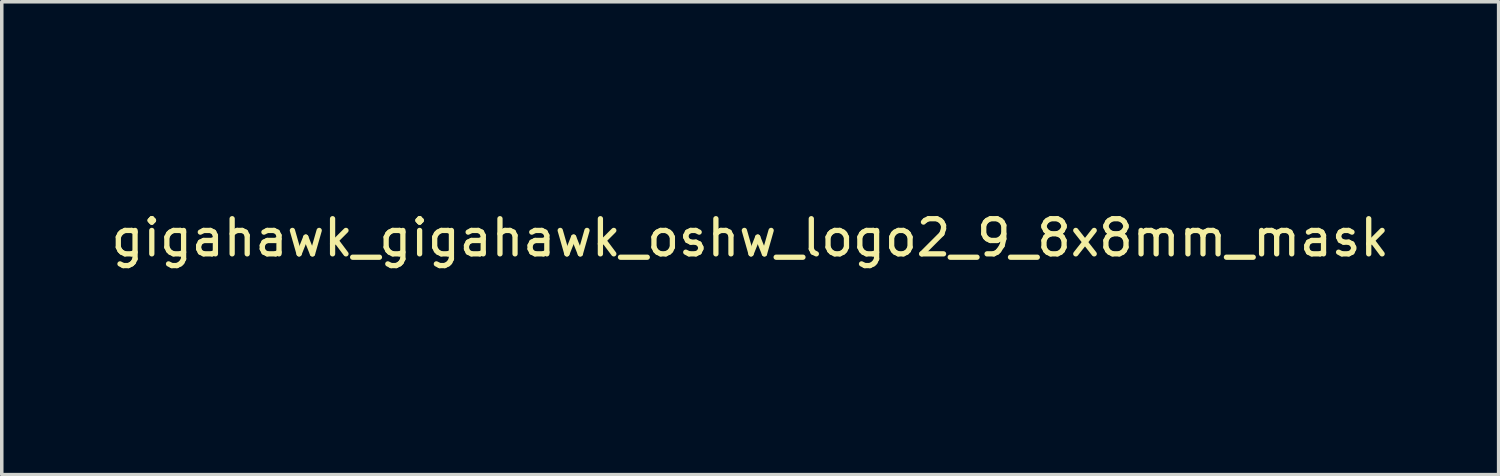
<source format=kicad_pcb>
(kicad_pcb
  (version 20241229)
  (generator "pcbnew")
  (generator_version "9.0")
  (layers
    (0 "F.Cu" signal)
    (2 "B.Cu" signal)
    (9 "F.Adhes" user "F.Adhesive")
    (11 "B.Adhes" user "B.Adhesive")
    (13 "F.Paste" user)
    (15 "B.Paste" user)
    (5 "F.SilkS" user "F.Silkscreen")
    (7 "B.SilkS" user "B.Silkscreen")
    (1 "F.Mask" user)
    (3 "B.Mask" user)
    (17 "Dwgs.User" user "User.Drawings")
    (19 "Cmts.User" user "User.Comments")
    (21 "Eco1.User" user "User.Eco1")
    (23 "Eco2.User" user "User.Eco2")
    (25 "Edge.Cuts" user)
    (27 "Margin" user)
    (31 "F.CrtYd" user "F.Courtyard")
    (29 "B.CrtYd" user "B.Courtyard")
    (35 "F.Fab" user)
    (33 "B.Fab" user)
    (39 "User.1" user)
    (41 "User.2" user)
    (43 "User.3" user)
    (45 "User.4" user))
  (footprint "gigahawk_gigahawk_oshw_logo2_9_8x8mm_mask"
    (layer "F.Cu")
    (at 18.292 3.717)
    (property "Reference" "gigahawk_gigahawk_oshw_logo2_9_8x8mm_mask" (at 0 0 0) (layer "F.SilkS") (effects (font (size 1 1) (thickness 0.15))))
    (attr exclude_from_pos_files exclude_from_bom)
    (fp_poly (pts (xy 3.571 2.637) (xy 3.594 2.647) (xy 3.65 2.691) (xy 3.698 2.755) (xy 3.727 2.823) (xy 3.732 2.857) (xy 3.716 2.904) (xy 3.68 2.928) (xy 3.643 2.943) (xy 3.625 2.946) (xy 3.617 2.926) (xy 3.6 2.882) (xy 3.593 2.863) (xy 3.552 2.794) (xy 3.493 2.76) (xy 3.417 2.761) (xy 3.411 2.763) (xy 3.37 2.782) (xy 3.34 2.819) (xy 3.32 2.88) (xy 3.308 2.968) (xy 3.303 3.088) (xy 3.302 3.152) (xy 3.302 3.252) (xy 3.3 3.321) (xy 3.296 3.365) (xy 3.287 3.39) (xy 3.274 3.405) (xy 3.253 3.416) (xy 3.252 3.416) (xy 3.213 3.433) (xy 3.194 3.439) (xy 3.191 3.42) (xy 3.188 3.369) (xy 3.186 3.292) (xy 3.185 3.196) (xy 3.185 3.125) (xy 3.186 2.989) (xy 3.19 2.885) (xy 3.2 2.808) (xy 3.216 2.752) (xy 3.24 2.711) (xy 3.274 2.679) (xy 3.308 2.656) (xy 3.388 2.626) (xy 3.482 2.62) (xy 3.571 2.637)) (stroke (width 0.01) (type solid)) (fill yes) (layer "F.Mask"))
    (fp_poly (pts (xy -1.728 2.595) (xy -1.666 2.631) (xy -1.622 2.667) (xy -1.59 2.705) (xy -1.568 2.751) (xy -1.554 2.812) (xy -1.547 2.895) (xy -1.544 3.007) (xy -1.544 3.087) (xy -1.544 3.382) (xy -1.71 3.457) (xy -1.719 3.133) (xy -1.723 3.013) (xy -1.728 2.925) (xy -1.733 2.865) (xy -1.74 2.825) (xy -1.75 2.801) (xy -1.763 2.786) (xy -1.767 2.783) (xy -1.831 2.757) (xy -1.896 2.767) (xy -1.934 2.794) (xy -1.95 2.813) (xy -1.961 2.838) (xy -1.968 2.876) (xy -1.972 2.934) (xy -1.973 3.018) (xy -1.973 3.106) (xy -1.973 3.216) (xy -1.975 3.294) (xy -1.982 3.347) (xy -1.995 3.381) (xy -2.018 3.404) (xy -2.053 3.421) (xy -2.1 3.439) (xy -2.152 3.458) (xy -2.146 3.111) (xy -2.143 2.986) (xy -2.14 2.894) (xy -2.136 2.828) (xy -2.13 2.781) (xy -2.121 2.748) (xy -2.108 2.722) (xy -2.092 2.699) (xy -2.018 2.625) (xy -1.926 2.582) (xy -1.827 2.571) (xy -1.728 2.595)) (stroke (width 0.01) (type solid)) (fill yes) (layer "F.Mask"))
    (fp_poly (pts (xy 0.713 2.625) (xy 0.802 2.657) (xy 0.874 2.715) (xy 0.902 2.756) (xy 0.933 2.831) (xy 0.932 2.885) (xy 0.9 2.921) (xy 0.888 2.928) (xy 0.837 2.947) (xy 0.81 2.942) (xy 0.802 2.91) (xy 0.801 2.892) (xy 0.785 2.826) (xy 0.742 2.78) (xy 0.683 2.758) (xy 0.617 2.763) (xy 0.564 2.792) (xy 0.546 2.809) (xy 0.533 2.829) (xy 0.524 2.859) (xy 0.519 2.907) (xy 0.515 2.978) (xy 0.512 3.08) (xy 0.511 3.112) (xy 0.509 3.222) (xy 0.506 3.3) (xy 0.501 3.351) (xy 0.494 3.383) (xy 0.483 3.401) (xy 0.467 3.412) (xy 0.457 3.417) (xy 0.413 3.433) (xy 0.388 3.439) (xy 0.379 3.421) (xy 0.374 3.365) (xy 0.372 3.272) (xy 0.374 3.141) (xy 0.374 3.121) (xy 0.377 3.002) (xy 0.381 2.914) (xy 0.386 2.853) (xy 0.393 2.809) (xy 0.404 2.778) (xy 0.419 2.751) (xy 0.427 2.74) (xy 0.472 2.69) (xy 0.522 2.651) (xy 0.528 2.647) (xy 0.618 2.62) (xy 0.713 2.625)) (stroke (width 0.01) (type solid)) (fill yes) (layer "F.Mask"))
    (fp_poly (pts (xy -0.84 2.492) (xy -0.834 2.572) (xy -0.828 2.619) (xy -0.819 2.64) (xy -0.805 2.64) (xy -0.801 2.637) (xy -0.744 2.62) (xy -0.669 2.621) (xy -0.593 2.639) (xy -0.545 2.663) (xy -0.496 2.7) (xy -0.461 2.743) (xy -0.436 2.797) (xy -0.421 2.869) (xy -0.413 2.966) (xy -0.41 3.095) (xy -0.41 3.119) (xy -0.41 3.396) (xy -0.472 3.417) (xy -0.516 3.432) (xy -0.54 3.439) (xy -0.54 3.439) (xy -0.543 3.42) (xy -0.545 3.37) (xy -0.546 3.293) (xy -0.547 3.197) (xy -0.547 3.139) (xy -0.547 3.025) (xy -0.549 2.943) (xy -0.552 2.886) (xy -0.558 2.849) (xy -0.568 2.825) (xy -0.583 2.806) (xy -0.592 2.797) (xy -0.655 2.761) (xy -0.724 2.759) (xy -0.786 2.789) (xy -0.798 2.8) (xy -0.815 2.821) (xy -0.826 2.845) (xy -0.834 2.881) (xy -0.838 2.934) (xy -0.84 3.012) (xy -0.84 3.121) (xy -0.84 3.396) (xy -0.902 3.417) (xy -0.945 3.432) (xy -0.969 3.439) (xy -0.97 3.439) (xy -0.972 3.42) (xy -0.974 3.367) (xy -0.975 3.286) (xy -0.976 3.18) (xy -0.977 3.055) (xy -0.977 2.916) (xy -0.977 2.382) (xy -0.85 2.328) (xy -0.84 2.492)) (stroke (width 0.01) (type solid)) (fill yes) (layer "F.Mask"))
    (fp_poly (pts (xy 2.396 2.637) (xy 2.399 2.688) (xy 2.401 2.766) (xy 2.403 2.865) (xy 2.403 2.968) (xy 2.403 3.319) (xy 2.341 3.38) (xy 2.299 3.418) (xy 2.261 3.434) (xy 2.21 3.433) (xy 2.19 3.43) (xy 2.127 3.423) (xy 2.074 3.419) (xy 2.061 3.419) (xy 2.018 3.421) (xy 1.957 3.427) (xy 1.933 3.43) (xy 1.874 3.435) (xy 1.834 3.425) (xy 1.795 3.394) (xy 1.781 3.38) (xy 1.719 3.319) (xy 1.719 2.664) (xy 1.769 2.641) (xy 1.812 2.624) (xy 1.837 2.618) (xy 1.844 2.637) (xy 1.85 2.689) (xy 1.855 2.768) (xy 1.859 2.87) (xy 1.861 2.955) (xy 1.866 3.292) (xy 1.913 3.299) (xy 1.955 3.294) (xy 1.976 3.279) (xy 1.982 3.251) (xy 1.987 3.192) (xy 1.99 3.108) (xy 1.992 3.009) (xy 1.993 2.957) (xy 1.993 2.661) (xy 2.054 2.64) (xy 2.098 2.625) (xy 2.122 2.618) (xy 2.122 2.618) (xy 2.125 2.637) (xy 2.127 2.688) (xy 2.13 2.766) (xy 2.132 2.864) (xy 2.134 2.955) (xy 2.139 3.292) (xy 2.257 3.292) (xy 2.262 2.985) (xy 2.267 2.677) (xy 2.325 2.648) (xy 2.367 2.627) (xy 2.392 2.618) (xy 2.392 2.618) (xy 2.396 2.637)) (stroke (width 0.01) (type solid)) (fill yes) (layer "F.Mask"))
    (fp_poly (pts (xy -3.983 2.587) (xy -3.892 2.635) (xy -3.824 2.713) (xy -3.8 2.763) (xy -3.781 2.838) (xy -3.772 2.932) (xy -3.771 3.035) (xy -3.778 3.136) (xy -3.793 3.223) (xy -3.815 3.286) (xy -3.822 3.297) (xy -3.903 3.377) (xy -4 3.425) (xy -4.104 3.439) (xy -4.21 3.418) (xy -4.239 3.405) (xy -4.297 3.364) (xy -4.347 3.311) (xy -4.352 3.304) (xy -4.371 3.271) (xy -4.384 3.236) (xy -4.391 3.19) (xy -4.395 3.125) (xy -4.396 3.03) (xy -4.396 3.009) (xy -4.396 3.002) (xy -4.201 3.002) (xy -4.2 3.091) (xy -4.195 3.151) (xy -4.186 3.189) (xy -4.17 3.215) (xy -4.162 3.224) (xy -4.115 3.257) (xy -4.07 3.256) (xy -4.024 3.227) (xy -3.996 3.196) (xy -3.98 3.151) (xy -3.971 3.079) (xy -3.97 3.071) (xy -3.969 2.942) (xy -3.985 2.846) (xy -4.019 2.784) (xy -4.07 2.756) (xy -4.088 2.755) (xy -4.136 2.763) (xy -4.169 2.789) (xy -4.189 2.839) (xy -4.199 2.919) (xy -4.201 3.002) (xy -4.396 3.002) (xy -4.395 2.908) (xy -4.392 2.838) (xy -4.386 2.789) (xy -4.374 2.753) (xy -4.356 2.722) (xy -4.352 2.716) (xy -4.286 2.636) (xy -4.213 2.59) (xy -4.125 2.572) (xy -4.095 2.571) (xy -3.983 2.587)) (stroke (width 0.01) (type solid)) (fill yes) (layer "F.Mask"))
    (fp_poly (pts (xy 4.245 2.648) (xy 4.323 2.698) (xy 4.36 2.744) (xy 4.389 2.826) (xy 4.392 2.891) (xy 4.386 2.977) (xy 4.186 3.065) (xy 4.089 3.11) (xy 4.025 3.146) (xy 3.992 3.177) (xy 3.986 3.207) (xy 4.005 3.241) (xy 4.025 3.263) (xy 4.084 3.298) (xy 4.148 3.301) (xy 4.207 3.273) (xy 4.25 3.218) (xy 4.258 3.199) (xy 4.295 3.138) (xy 4.338 3.113) (xy 4.396 3.09) (xy 4.396 3.174) (xy 4.391 3.231) (xy 4.371 3.279) (xy 4.328 3.334) (xy 4.322 3.342) (xy 4.275 3.391) (xy 4.234 3.417) (xy 4.183 3.429) (xy 4.141 3.433) (xy 4.066 3.434) (xy 4.012 3.421) (xy 3.979 3.403) (xy 3.926 3.362) (xy 3.89 3.318) (xy 3.867 3.262) (xy 3.854 3.187) (xy 3.85 3.084) (xy 3.849 3.032) (xy 3.851 2.97) (xy 3.968 2.97) (xy 3.97 3.003) (xy 3.973 3.009) (xy 3.996 3.001) (xy 4.044 2.982) (xy 4.109 2.954) (xy 4.122 2.948) (xy 4.204 2.906) (xy 4.249 2.87) (xy 4.259 2.835) (xy 4.236 2.801) (xy 4.216 2.785) (xy 4.145 2.755) (xy 4.079 2.76) (xy 4.024 2.797) (xy 3.986 2.863) (xy 3.973 2.916) (xy 3.968 2.97) (xy 3.851 2.97) (xy 3.852 2.911) (xy 3.861 2.821) (xy 3.879 2.755) (xy 3.909 2.707) (xy 3.953 2.669) (xy 3.972 2.656) (xy 4.059 2.624) (xy 4.154 2.622) (xy 4.245 2.648)) (stroke (width 0.01) (type solid)) (fill yes) (layer "F.Mask"))
    (fp_poly (pts (xy 1.602 2.78) (xy 1.602 2.926) (xy 1.601 3.039) (xy 1.599 3.123) (xy 1.595 3.184) (xy 1.59 3.227) (xy 1.582 3.259) (xy 1.571 3.283) (xy 1.563 3.297) (xy 1.497 3.373) (xy 1.412 3.421) (xy 1.319 3.438) (xy 1.226 3.423) (xy 1.17 3.394) (xy 1.112 3.346) (xy 1.072 3.286) (xy 1.048 3.209) (xy 1.037 3.105) (xy 1.036 3.028) (xy 1.036 3.023) (xy 1.172 3.023) (xy 1.173 3.11) (xy 1.177 3.168) (xy 1.186 3.206) (xy 1.201 3.233) (xy 1.22 3.254) (xy 1.283 3.294) (xy 1.351 3.297) (xy 1.415 3.264) (xy 1.42 3.26) (xy 1.441 3.236) (xy 1.455 3.208) (xy 1.462 3.167) (xy 1.465 3.102) (xy 1.465 3.031) (xy 1.464 2.942) (xy 1.46 2.882) (xy 1.451 2.843) (xy 1.436 2.815) (xy 1.423 2.8) (xy 1.364 2.763) (xy 1.295 2.758) (xy 1.23 2.787) (xy 1.218 2.797) (xy 1.196 2.821) (xy 1.183 2.849) (xy 1.176 2.891) (xy 1.173 2.956) (xy 1.172 3.023) (xy 1.036 3.023) (xy 1.04 2.906) (xy 1.056 2.814) (xy 1.087 2.744) (xy 1.134 2.69) (xy 1.17 2.663) (xy 1.237 2.633) (xy 1.314 2.619) (xy 1.386 2.622) (xy 1.426 2.637) (xy 1.442 2.642) (xy 1.453 2.626) (xy 1.46 2.583) (xy 1.465 2.518) (xy 1.471 2.446) (xy 1.48 2.402) (xy 1.495 2.377) (xy 1.522 2.361) (xy 1.539 2.354) (xy 1.602 2.327) (xy 1.602 2.78)) (stroke (width 0.01) (type solid)) (fill yes) (layer "F.Mask"))
    (fp_poly (pts (xy -2.466 2.6) (xy -2.389 2.652) (xy -2.329 2.726) (xy -2.294 2.822) (xy -2.286 2.892) (xy -2.287 2.921) (xy -2.294 2.943) (xy -2.313 2.963) (xy -2.35 2.986) (xy -2.41 3.015) (xy -2.5 3.055) (xy -2.501 3.055) (xy -2.584 3.093) (xy -2.652 3.127) (xy -2.698 3.153) (xy -2.716 3.167) (xy -2.716 3.167) (xy -2.701 3.199) (xy -2.665 3.233) (xy -2.624 3.258) (xy -2.603 3.263) (xy -2.546 3.246) (xy -2.497 3.203) (xy -2.474 3.156) (xy -2.451 3.122) (xy -2.406 3.082) (xy -2.353 3.048) (xy -2.306 3.029) (xy -2.297 3.028) (xy -2.286 3.045) (xy -2.285 3.088) (xy -2.293 3.146) (xy -2.308 3.207) (xy -2.329 3.261) (xy -2.33 3.264) (xy -2.392 3.351) (xy -2.473 3.41) (xy -2.565 3.439) (xy -2.66 3.436) (xy -2.752 3.397) (xy -2.756 3.395) (xy -2.828 3.33) (xy -2.875 3.245) (xy -2.901 3.133) (xy -2.905 3.102) (xy -2.911 2.954) (xy -2.903 2.884) (xy -2.716 2.884) (xy -2.713 2.928) (xy -2.7 2.94) (xy -2.667 2.931) (xy -2.615 2.908) (xy -2.556 2.881) (xy -2.555 2.88) (xy -2.505 2.854) (xy -2.485 2.836) (xy -2.49 2.818) (xy -2.511 2.794) (xy -2.563 2.759) (xy -2.62 2.757) (xy -2.671 2.782) (xy -2.706 2.831) (xy -2.716 2.884) (xy -2.903 2.884) (xy -2.898 2.835) (xy -2.865 2.741) (xy -2.82 2.675) (xy -2.737 2.609) (xy -2.646 2.576) (xy -2.554 2.574) (xy -2.466 2.6)) (stroke (width 0.01) (type solid)) (fill yes) (layer "F.Mask"))
    (fp_poly (pts (xy 0.054 2.626) (xy 0.13 2.655) (xy 0.131 2.655) (xy 0.178 2.69) (xy 0.213 2.731) (xy 0.238 2.784) (xy 0.254 2.856) (xy 0.264 2.953) (xy 0.27 3.082) (xy 0.27 3.1) (xy 0.277 3.377) (xy 0.218 3.408) (xy 0.175 3.429) (xy 0.149 3.439) (xy 0.148 3.439) (xy 0.143 3.421) (xy 0.139 3.372) (xy 0.137 3.3) (xy 0.137 3.242) (xy 0.137 3.148) (xy 0.132 3.089) (xy 0.118 3.061) (xy 0.085 3.06) (xy 0.03 3.081) (xy -0.054 3.12) (xy -0.115 3.153) (xy -0.147 3.181) (xy -0.156 3.212) (xy -0.156 3.213) (xy -0.141 3.266) (xy -0.095 3.295) (xy -0.026 3.299) (xy 0.024 3.298) (xy 0.051 3.313) (xy 0.067 3.347) (xy 0.077 3.391) (xy 0.063 3.416) (xy 0.058 3.42) (xy 0.009 3.434) (xy -0.058 3.437) (xy -0.128 3.427) (xy -0.178 3.41) (xy -0.246 3.351) (xy -0.285 3.27) (xy -0.293 3.207) (xy -0.287 3.15) (xy -0.266 3.104) (xy -0.224 3.062) (xy -0.155 3.021) (xy -0.055 2.974) (xy -0.049 2.971) (xy 0.041 2.93) (xy 0.097 2.895) (xy 0.121 2.865) (xy 0.116 2.833) (xy 0.084 2.797) (xy 0.075 2.789) (xy 0.012 2.757) (xy -0.054 2.758) (xy -0.111 2.79) (xy -0.149 2.848) (xy -0.152 2.859) (xy -0.187 2.915) (xy -0.23 2.942) (xy -0.293 2.968) (xy -0.293 2.9) (xy -0.274 2.8) (xy -0.217 2.709) (xy -0.188 2.678) (xy -0.12 2.639) (xy -0.035 2.622) (xy 0.054 2.626)) (stroke (width 0.01) (type solid)) (fill yes) (layer "F.Mask"))
    (fp_poly (pts (xy -3.231 2.585) (xy -3.156 2.622) (xy -3.091 2.69) (xy -3.072 2.716) (xy -3.053 2.749) (xy -3.04 2.785) (xy -3.032 2.833) (xy -3.029 2.903) (xy -3.028 2.994) (xy -3.032 3.12) (xy -3.043 3.214) (xy -3.065 3.285) (xy -3.1 3.338) (xy -3.149 3.383) (xy -3.153 3.385) (xy -3.202 3.412) (xy -3.261 3.426) (xy -3.336 3.429) (xy -3.458 3.429) (xy -3.458 3.547) (xy -3.459 3.613) (xy -3.466 3.652) (xy -3.484 3.675) (xy -3.519 3.695) (xy -3.527 3.699) (xy -3.566 3.718) (xy -3.596 3.729) (xy -3.619 3.73) (xy -3.635 3.717) (xy -3.645 3.685) (xy -3.65 3.63) (xy -3.652 3.549) (xy -3.652 3.437) (xy -3.65 3.292) (xy -3.65 3.248) (xy -3.648 3.098) (xy -3.646 3) (xy -3.458 3) (xy -3.457 3.083) (xy -3.453 3.138) (xy -3.442 3.174) (xy -3.423 3.201) (xy -3.41 3.215) (xy -3.358 3.254) (xy -3.312 3.258) (xy -3.264 3.225) (xy -3.263 3.224) (xy -3.244 3.199) (xy -3.232 3.164) (xy -3.226 3.112) (xy -3.224 3.031) (xy -3.224 3.013) (xy -3.228 2.902) (xy -3.243 2.825) (xy -3.269 2.778) (xy -3.309 2.757) (xy -3.332 2.755) (xy -3.387 2.765) (xy -3.425 2.798) (xy -3.447 2.858) (xy -3.457 2.95) (xy -3.458 3) (xy -3.646 3) (xy -3.646 2.982) (xy -3.643 2.895) (xy -3.639 2.831) (xy -3.634 2.786) (xy -3.627 2.754) (xy -3.617 2.73) (xy -3.604 2.709) (xy -3.598 2.701) (xy -3.525 2.627) (xy -3.432 2.584) (xy -3.325 2.573) (xy -3.231 2.585)) (stroke (width 0.01) (type solid)) (fill yes) (layer "F.Mask"))
    (fp_poly (pts (xy 2.887 2.634) (xy 2.944 2.659) (xy 2.988 2.69) (xy 3.02 2.725) (xy 3.042 2.77) (xy 3.057 2.831) (xy 3.064 2.915) (xy 3.067 3.028) (xy 3.068 3.103) (xy 3.068 3.393) (xy 3.018 3.416) (xy 2.979 3.433) (xy 2.959 3.439) (xy 2.955 3.421) (xy 2.952 3.372) (xy 2.951 3.3) (xy 2.95 3.243) (xy 2.949 3.161) (xy 2.944 3.096) (xy 2.938 3.056) (xy 2.933 3.048) (xy 2.898 3.057) (xy 2.844 3.079) (xy 2.781 3.109) (xy 2.72 3.141) (xy 2.674 3.17) (xy 2.652 3.19) (xy 2.652 3.19) (xy 2.654 3.227) (xy 2.671 3.262) (xy 2.7 3.291) (xy 2.743 3.3) (xy 2.78 3.299) (xy 2.832 3.298) (xy 2.859 3.31) (xy 2.876 3.343) (xy 2.878 3.349) (xy 2.885 3.395) (xy 2.866 3.423) (xy 2.816 3.436) (xy 2.763 3.438) (xy 2.666 3.42) (xy 2.616 3.394) (xy 2.554 3.333) (xy 2.522 3.258) (xy 2.519 3.178) (xy 2.546 3.104) (xy 2.588 3.058) (xy 2.63 3.032) (xy 2.695 2.999) (xy 2.771 2.966) (xy 2.784 2.96) (xy 2.867 2.924) (xy 2.916 2.891) (xy 2.931 2.859) (xy 2.917 2.822) (xy 2.892 2.794) (xy 2.833 2.759) (xy 2.768 2.756) (xy 2.709 2.783) (xy 2.666 2.837) (xy 2.661 2.851) (xy 2.628 2.902) (xy 2.581 2.94) (xy 2.52 2.971) (xy 2.52 2.883) (xy 2.524 2.829) (xy 2.539 2.787) (xy 2.573 2.741) (xy 2.605 2.706) (xy 2.655 2.657) (xy 2.694 2.631) (xy 2.736 2.62) (xy 2.783 2.618) (xy 2.887 2.634)) (stroke (width 0.01) (type solid)) (fill yes) (layer "F.Mask"))
    (fp_poly (pts (xy 0.14 -3.712) (xy 0.246 -3.712) (xy 0.322 -3.71) (xy 0.374 -3.707) (xy 0.407 -3.702) (xy 0.426 -3.695) (xy 0.435 -3.684) (xy 0.439 -3.67) (xy 0.44 -3.668) (xy 0.446 -3.636) (xy 0.459 -3.572) (xy 0.476 -3.483) (xy 0.496 -3.376) (xy 0.518 -3.258) (xy 0.518 -3.254) (xy 0.54 -3.138) (xy 0.561 -3.036) (xy 0.579 -2.953) (xy 0.592 -2.897) (xy 0.601 -2.872) (xy 0.601 -2.871) (xy 0.626 -2.859) (xy 0.676 -2.839) (xy 0.742 -2.814) (xy 0.742 -2.814) (xy 0.825 -2.783) (xy 0.923 -2.744) (xy 1.015 -2.704) (xy 1.019 -2.702) (xy 1.169 -2.634) (xy 1.501 -2.86) (xy 1.603 -2.929) (xy 1.696 -2.991) (xy 1.773 -3.042) (xy 1.83 -3.079) (xy 1.861 -3.098) (xy 1.864 -3.099) (xy 1.887 -3.093) (xy 1.93 -3.063) (xy 1.994 -3.008) (xy 2.081 -2.927) (xy 2.171 -2.84) (xy 2.256 -2.755) (xy 2.333 -2.677) (xy 2.397 -2.611) (xy 2.442 -2.563) (xy 2.464 -2.536) (xy 2.464 -2.535) (xy 2.467 -2.517) (xy 2.458 -2.487) (xy 2.435 -2.441) (xy 2.395 -2.376) (xy 2.338 -2.288) (xy 2.261 -2.173) (xy 2.193 -2.073) (xy 2.132 -1.983) (xy 2.081 -1.908) (xy 2.045 -1.854) (xy 2.027 -1.827) (xy 2.026 -1.825) (xy 2.028 -1.798) (xy 2.045 -1.747) (xy 2.073 -1.68) (xy 2.083 -1.659) (xy 2.127 -1.564) (xy 2.173 -1.456) (xy 2.211 -1.363) (xy 2.238 -1.294) (xy 2.26 -1.241) (xy 2.272 -1.214) (xy 2.274 -1.211) (xy 2.297 -1.208) (xy 2.351 -1.198) (xy 2.429 -1.184) (xy 2.524 -1.166) (xy 2.628 -1.146) (xy 2.735 -1.126) (xy 2.837 -1.107) (xy 2.927 -1.089) (xy 2.998 -1.075) (xy 3.042 -1.066) (xy 3.053 -1.063) (xy 3.064 -1.057) (xy 3.073 -1.042) (xy 3.079 -1.015) (xy 3.083 -0.97) (xy 3.085 -0.902) (xy 3.087 -0.806) (xy 3.087 -0.678) (xy 3.087 -0.625) (xy 3.087 -0.198) (xy 2.985 -0.178) (xy 2.927 -0.167) (xy 2.842 -0.151) (xy 2.739 -0.132) (xy 2.629 -0.111) (xy 2.599 -0.106) (xy 2.497 -0.086) (xy 2.408 -0.067) (xy 2.34 -0.049) (xy 2.3 -0.036) (xy 2.293 -0.032) (xy 2.277 -0.004) (xy 2.253 0.051) (xy 2.227 0.122) (xy 2.222 0.137) (xy 2.188 0.231) (xy 2.146 0.337) (xy 2.104 0.432) (xy 2.104 0.433) (xy 2.035 0.583) (xy 2.49 1.252) (xy 2.197 1.544) (xy 2.109 1.631) (xy 2.029 1.708) (xy 1.96 1.77) (xy 1.909 1.814) (xy 1.879 1.835) (xy 1.874 1.837) (xy 1.849 1.826) (xy 1.797 1.797) (xy 1.725 1.752) (xy 1.637 1.695) (xy 1.543 1.631) (xy 1.447 1.567) (xy 1.361 1.51) (xy 1.291 1.466) (xy 1.242 1.437) (xy 1.221 1.426) (xy 1.194 1.435) (xy 1.144 1.458) (xy 1.08 1.491) (xy 1.074 1.494) (xy 0.988 1.537) (xy 0.929 1.558) (xy 0.893 1.559) (xy 0.874 1.539) (xy 0.874 1.539) (xy 0.864 1.515) (xy 0.841 1.46) (xy 0.807 1.378) (xy 0.763 1.272) (xy 0.712 1.147) (xy 0.654 1.007) (xy 0.598 0.872) (xy 0.536 0.722) (xy 0.48 0.584) (xy 0.43 0.461) (xy 0.389 0.357) (xy 0.358 0.277) (xy 0.338 0.225) (xy 0.332 0.206) (xy 0.347 0.183) (xy 0.386 0.148) (xy 0.439 0.109) (xy 0.588 -0.015) (xy 0.705 -0.156) (xy 0.787 -0.313) (xy 0.834 -0.482) (xy 0.845 -0.66) (xy 0.837 -0.742) (xy 0.796 -0.913) (xy 0.724 -1.064) (xy 0.627 -1.193) (xy 0.509 -1.299) (xy 0.374 -1.381) (xy 0.227 -1.437) (xy 0.072 -1.465) (xy -0.087 -1.465) (xy -0.244 -1.435) (xy -0.396 -1.372) (xy -0.538 -1.277) (xy -0.597 -1.222) (xy -0.711 -1.083) (xy -0.79 -0.932) (xy -0.835 -0.771) (xy -0.847 -0.607) (xy -0.825 -0.443) (xy -0.772 -0.284) (xy -0.686 -0.134) (xy -0.569 0.002) (xy -0.439 0.109) (xy -0.384 0.15) (xy -0.346 0.185) (xy -0.332 0.206) (xy -0.339 0.229) (xy -0.36 0.283) (xy -0.392 0.366) (xy -0.434 0.471) (xy -0.485 0.596) (xy -0.542 0.736) (xy -0.598 0.872) (xy -0.66 1.021) (xy -0.717 1.16) (xy -0.768 1.283) (xy -0.811 1.387) (xy -0.844 1.467) (xy -0.866 1.519) (xy -0.874 1.539) (xy -0.893 1.558) (xy -0.929 1.558) (xy -0.988 1.537) (xy -1.073 1.495) (xy -1.074 1.494) (xy -1.138 1.461) (xy -1.19 1.437) (xy -1.219 1.426) (xy -1.221 1.426) (xy -1.243 1.437) (xy -1.292 1.466) (xy -1.362 1.511) (xy -1.447 1.567) (xy -1.543 1.631) (xy -1.639 1.696) (xy -1.727 1.753) (xy -1.799 1.797) (xy -1.85 1.826) (xy -1.874 1.837) (xy -1.897 1.823) (xy -1.942 1.786) (xy -2.006 1.729) (xy -2.083 1.656) (xy -2.169 1.572) (xy -2.198 1.544) (xy -2.49 1.251) (xy -2.267 0.925) (xy -2.2 0.825) (xy -2.14 0.735) (xy -2.093 0.661) (xy -2.06 0.607) (xy -2.045 0.579) (xy -2.045 0.577) (xy -2.053 0.551) (xy -2.073 0.498) (xy -2.103 0.427) (xy -2.124 0.38) (xy -2.164 0.29) (xy -2.201 0.198) (xy -2.23 0.121) (xy -2.237 0.098) (xy -2.26 0.035) (xy -2.281 -0.014) (xy -2.293 -0.032) (xy -2.319 -0.043) (xy -2.377 -0.059) (xy -2.458 -0.078) (xy -2.555 -0.098) (xy -2.599 -0.106) (xy -2.709 -0.126) (xy -2.815 -0.146) (xy -2.906 -0.163) (xy -2.972 -0.175) (xy -2.985 -0.178) (xy -3.087 -0.198) (xy -3.087 -0.625) (xy -3.087 -0.766) (xy -3.086 -0.872) (xy -3.084 -0.949) (xy -3.08 -1.002) (xy -3.075 -1.035) (xy -3.067 -1.053) (xy -3.057 -1.062) (xy -3.053 -1.063) (xy -3.028 -1.069) (xy -2.972 -1.08) (xy -2.892 -1.096) (xy -2.796 -1.114) (xy -2.691 -1.134) (xy -2.585 -1.155) (xy -2.483 -1.174) (xy -2.395 -1.19) (xy -2.325 -1.203) (xy -2.283 -1.21) (xy -2.274 -1.211) (xy -2.265 -1.228) (xy -2.246 -1.273) (xy -2.221 -1.338) (xy -2.211 -1.363) (xy -2.171 -1.46) (xy -2.125 -1.568) (xy -2.083 -1.659) (xy -2.052 -1.728) (xy -2.032 -1.785) (xy -2.025 -1.82) (xy -2.026 -1.825) (xy -2.041 -1.847) (xy -2.074 -1.896) (xy -2.121 -1.967) (xy -2.181 -2.055) (xy -2.248 -2.154) (xy -2.261 -2.173) (xy -2.339 -2.289) (xy -2.396 -2.377) (xy -2.435 -2.442) (xy -2.458 -2.487) (xy -2.467 -2.516) (xy -2.465 -2.535) (xy -2.464 -2.535) (xy -2.445 -2.559) (xy -2.402 -2.605) (xy -2.341 -2.669) (xy -2.265 -2.746) (xy -2.18 -2.831) (xy -2.171 -2.84) (xy -2.063 -2.944) (xy -1.98 -3.02) (xy -1.92 -3.07) (xy -1.882 -3.096) (xy -1.864 -3.099) (xy -1.84 -3.085) (xy -1.788 -3.052) (xy -1.714 -3.004) (xy -1.625 -2.944) (xy -1.525 -2.876) (xy -1.501 -2.86) (xy -1.169 -2.634) (xy -1.019 -2.702) (xy -0.928 -2.741) (xy -0.83 -2.781) (xy -0.746 -2.813) (xy -0.742 -2.814) (xy -0.677 -2.838) (xy -0.626 -2.859) (xy -0.601 -2.871) (xy -0.601 -2.871) (xy -0.593 -2.893) (xy -0.58 -2.948) (xy -0.562 -3.029) (xy -0.542 -3.129) (xy -0.52 -3.244) (xy -0.518 -3.254) (xy -0.496 -3.372) (xy -0.476 -3.479) (xy -0.459 -3.569) (xy -0.447 -3.634) (xy -0.44 -3.668) (xy -0.44 -3.668) (xy -0.435 -3.683) (xy -0.427 -3.693) (xy -0.41 -3.701) (xy -0.379 -3.707) (xy -0.329 -3.71) (xy -0.256 -3.712) (xy -0.153 -3.712) (xy -0.018 -3.712) (xy 0 -3.712) (xy 0.14 -3.712)) (stroke (width 0.01) (type solid)) (fill yes) (layer "F.Mask")))
  (gr_rect
    (start -3 -3)
    (end 39.583 10.453)
    (stroke (width 0.1) (type default))
    (fill no)
    (layer "Edge.Cuts")))
</source>
